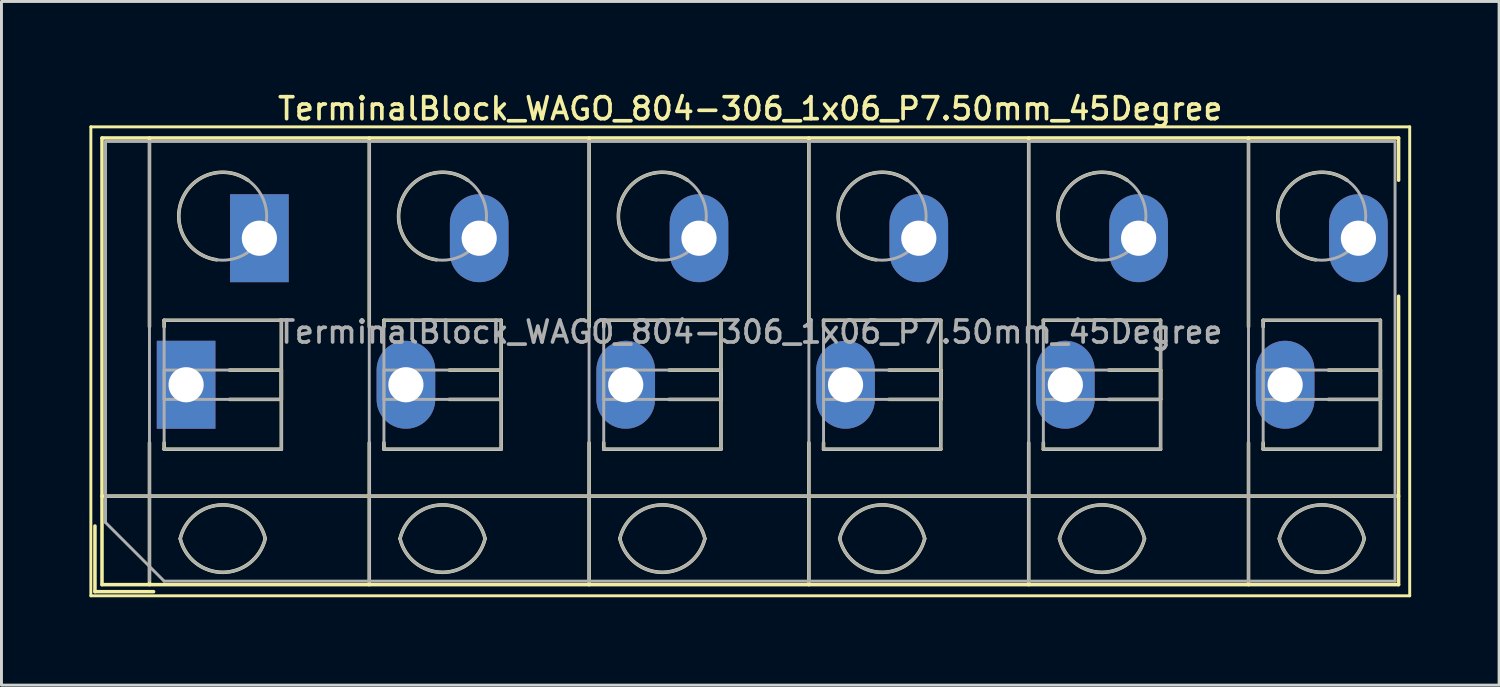
<source format=kicad_pcb>
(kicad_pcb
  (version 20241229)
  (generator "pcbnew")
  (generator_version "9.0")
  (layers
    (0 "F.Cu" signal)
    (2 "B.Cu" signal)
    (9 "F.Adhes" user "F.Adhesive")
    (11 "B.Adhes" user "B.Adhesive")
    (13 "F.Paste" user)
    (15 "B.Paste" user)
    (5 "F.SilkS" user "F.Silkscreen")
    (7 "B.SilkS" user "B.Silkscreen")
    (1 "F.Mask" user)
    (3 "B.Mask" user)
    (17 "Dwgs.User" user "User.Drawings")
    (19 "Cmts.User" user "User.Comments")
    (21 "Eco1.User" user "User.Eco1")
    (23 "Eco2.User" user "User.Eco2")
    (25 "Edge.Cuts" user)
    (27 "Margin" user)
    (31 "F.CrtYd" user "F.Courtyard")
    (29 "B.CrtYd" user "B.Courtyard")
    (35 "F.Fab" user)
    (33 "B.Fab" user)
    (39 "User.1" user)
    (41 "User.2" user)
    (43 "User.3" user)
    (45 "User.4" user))
  (footprint "TerminalBlock_WAGO_804-306_1x06_P7.50mm_45Degree"
    (layer "F.Cu")
    (at 3.3 10.078)
    (property "Reference" "TerminalBlock_WAGO_804-306_1x06_P7.50mm_45Degree" (at 19.25 -9.42 0) (layer "F.SilkS") (effects (font (size 0.75 0.75) (thickness 0.125))))
    (attr through_hole)
    (fp_line (start -3.25 -8.8) (end -3.25 7.2) (stroke (width 0.1) (type solid)) (layer "F.SilkS"))
    (fp_line (start -3.25 7.2) (end 41.75 7.2) (stroke (width 0.1) (type solid)) (layer "F.SilkS"))
    (fp_line (start -3.11 4.82) (end -3.11 7.06) (stroke (width 0.12) (type solid)) (layer "F.SilkS"))
    (fp_line (start -3.11 7.06) (end -1.11 7.06) (stroke (width 0.12) (type solid)) (layer "F.SilkS"))
    (fp_line (start -2.87 -8.42) (end -2.87 6.82) (stroke (width 0.12) (type solid)) (layer "F.SilkS"))
    (fp_line (start -2.87 -8.42) (end 41.371 -8.42) (stroke (width 0.12) (type solid)) (layer "F.SilkS"))
    (fp_line (start -2.87 3.8) (end 41.371 3.8) (stroke (width 0.12) (type solid)) (layer "F.SilkS"))
    (fp_line (start -2.87 6.82) (end 41.371 6.82) (stroke (width 0.12) (type solid)) (layer "F.SilkS"))
    (fp_line (start -1.25 -8.42) (end -1.25 -1.98) (stroke (width 0.12) (type solid)) (layer "F.SilkS"))
    (fp_line (start -1.25 1.98) (end -1.25 6.82) (stroke (width 0.12) (type solid)) (layer "F.SilkS"))
    (fp_line (start -0.75 -2.2) (end -0.75 -1.98) (stroke (width 0.12) (type solid)) (layer "F.SilkS"))
    (fp_line (start -0.75 -2.2) (end 3.25 -2.2) (stroke (width 0.12) (type solid)) (layer "F.SilkS"))
    (fp_line (start -0.75 1.98) (end -0.75 2.2) (stroke (width 0.12) (type solid)) (layer "F.SilkS"))
    (fp_line (start -0.75 2.2) (end 3.25 2.2) (stroke (width 0.12) (type solid)) (layer "F.SilkS"))
    (fp_line (start 1.48 -0.5) (end 3.25 -0.5) (stroke (width 0.12) (type solid)) (layer "F.SilkS"))
    (fp_line (start 1.48 0.5) (end 3.25 0.5) (stroke (width 0.12) (type solid)) (layer "F.SilkS"))
    (fp_line (start 3.25 -2.2) (end 3.25 2.2) (stroke (width 0.12) (type solid)) (layer "F.SilkS"))
    (fp_line (start 3.25 -0.5) (end 3.25 0.5) (stroke (width 0.12) (type solid)) (layer "F.SilkS"))
    (fp_line (start 6.25 -8.42) (end 6.25 -1.98) (stroke (width 0.12) (type solid)) (layer "F.SilkS"))
    (fp_line (start 6.25 1.98) (end 6.25 6.82) (stroke (width 0.12) (type solid)) (layer "F.SilkS"))
    (fp_line (start 6.75 -2.2) (end 6.75 -1.98) (stroke (width 0.12) (type solid)) (layer "F.SilkS"))
    (fp_line (start 6.75 -2.2) (end 10.75 -2.2) (stroke (width 0.12) (type solid)) (layer "F.SilkS"))
    (fp_line (start 6.75 1.98) (end 6.75 2.2) (stroke (width 0.12) (type solid)) (layer "F.SilkS"))
    (fp_line (start 6.75 2.2) (end 10.75 2.2) (stroke (width 0.12) (type solid)) (layer "F.SilkS"))
    (fp_line (start 8.98 -0.5) (end 10.75 -0.5) (stroke (width 0.12) (type solid)) (layer "F.SilkS"))
    (fp_line (start 8.98 0.5) (end 10.75 0.5) (stroke (width 0.12) (type solid)) (layer "F.SilkS"))
    (fp_line (start 10.75 -2.2) (end 10.75 2.2) (stroke (width 0.12) (type solid)) (layer "F.SilkS"))
    (fp_line (start 10.75 -0.5) (end 10.75 0.5) (stroke (width 0.12) (type solid)) (layer "F.SilkS"))
    (fp_line (start 13.75 -8.42) (end 13.75 -1.98) (stroke (width 0.12) (type solid)) (layer "F.SilkS"))
    (fp_line (start 13.75 1.98) (end 13.75 6.82) (stroke (width 0.12) (type solid)) (layer "F.SilkS"))
    (fp_line (start 14.25 -2.2) (end 14.25 -1.98) (stroke (width 0.12) (type solid)) (layer "F.SilkS"))
    (fp_line (start 14.25 -2.2) (end 18.25 -2.2) (stroke (width 0.12) (type solid)) (layer "F.SilkS"))
    (fp_line (start 14.25 1.98) (end 14.25 2.2) (stroke (width 0.12) (type solid)) (layer "F.SilkS"))
    (fp_line (start 14.25 2.2) (end 18.25 2.2) (stroke (width 0.12) (type solid)) (layer "F.SilkS"))
    (fp_line (start 16.48 -0.5) (end 18.25 -0.5) (stroke (width 0.12) (type solid)) (layer "F.SilkS"))
    (fp_line (start 16.48 0.5) (end 18.25 0.5) (stroke (width 0.12) (type solid)) (layer "F.SilkS"))
    (fp_line (start 18.25 -2.2) (end 18.25 2.2) (stroke (width 0.12) (type solid)) (layer "F.SilkS"))
    (fp_line (start 18.25 -0.5) (end 18.25 0.5) (stroke (width 0.12) (type solid)) (layer "F.SilkS"))
    (fp_line (start 21.25 -8.42) (end 21.25 -1.98) (stroke (width 0.12) (type solid)) (layer "F.SilkS"))
    (fp_line (start 21.25 1.98) (end 21.25 6.82) (stroke (width 0.12) (type solid)) (layer "F.SilkS"))
    (fp_line (start 21.75 -2.2) (end 21.75 -1.98) (stroke (width 0.12) (type solid)) (layer "F.SilkS"))
    (fp_line (start 21.75 -2.2) (end 25.75 -2.2) (stroke (width 0.12) (type solid)) (layer "F.SilkS"))
    (fp_line (start 21.75 1.98) (end 21.75 2.2) (stroke (width 0.12) (type solid)) (layer "F.SilkS"))
    (fp_line (start 21.75 2.2) (end 25.75 2.2) (stroke (width 0.12) (type solid)) (layer "F.SilkS"))
    (fp_line (start 23.98 -0.5) (end 25.75 -0.5) (stroke (width 0.12) (type solid)) (layer "F.SilkS"))
    (fp_line (start 23.98 0.5) (end 25.75 0.5) (stroke (width 0.12) (type solid)) (layer "F.SilkS"))
    (fp_line (start 25.75 -2.2) (end 25.75 2.2) (stroke (width 0.12) (type solid)) (layer "F.SilkS"))
    (fp_line (start 25.75 -0.5) (end 25.75 0.5) (stroke (width 0.12) (type solid)) (layer "F.SilkS"))
    (fp_line (start 28.75 -8.42) (end 28.75 -1.98) (stroke (width 0.12) (type solid)) (layer "F.SilkS"))
    (fp_line (start 28.75 1.98) (end 28.75 6.82) (stroke (width 0.12) (type solid)) (layer "F.SilkS"))
    (fp_line (start 29.25 -2.2) (end 29.25 -1.98) (stroke (width 0.12) (type solid)) (layer "F.SilkS"))
    (fp_line (start 29.25 -2.2) (end 33.25 -2.2) (stroke (width 0.12) (type solid)) (layer "F.SilkS"))
    (fp_line (start 29.25 1.98) (end 29.25 2.2) (stroke (width 0.12) (type solid)) (layer "F.SilkS"))
    (fp_line (start 29.25 2.2) (end 33.25 2.2) (stroke (width 0.12) (type solid)) (layer "F.SilkS"))
    (fp_line (start 31.48 -0.5) (end 33.25 -0.5) (stroke (width 0.12) (type solid)) (layer "F.SilkS"))
    (fp_line (start 31.48 0.5) (end 33.25 0.5) (stroke (width 0.12) (type solid)) (layer "F.SilkS"))
    (fp_line (start 33.25 -2.2) (end 33.25 2.2) (stroke (width 0.12) (type solid)) (layer "F.SilkS"))
    (fp_line (start 33.25 -0.5) (end 33.25 0.5) (stroke (width 0.12) (type solid)) (layer "F.SilkS"))
    (fp_line (start 36.25 -8.42) (end 36.25 -1.98) (stroke (width 0.12) (type solid)) (layer "F.SilkS"))
    (fp_line (start 36.25 1.98) (end 36.25 6.82) (stroke (width 0.12) (type solid)) (layer "F.SilkS"))
    (fp_line (start 36.75 -2.2) (end 36.75 -1.98) (stroke (width 0.12) (type solid)) (layer "F.SilkS"))
    (fp_line (start 36.75 -2.2) (end 40.75 -2.2) (stroke (width 0.12) (type solid)) (layer "F.SilkS"))
    (fp_line (start 36.75 1.98) (end 36.75 2.2) (stroke (width 0.12) (type solid)) (layer "F.SilkS"))
    (fp_line (start 36.75 2.2) (end 40.75 2.2) (stroke (width 0.12) (type solid)) (layer "F.SilkS"))
    (fp_line (start 38.98 -0.5) (end 40.75 -0.5) (stroke (width 0.12) (type solid)) (layer "F.SilkS"))
    (fp_line (start 38.98 0.5) (end 40.75 0.5) (stroke (width 0.12) (type solid)) (layer "F.SilkS"))
    (fp_line (start 40.75 -2.2) (end 40.75 2.2) (stroke (width 0.12) (type solid)) (layer "F.SilkS"))
    (fp_line (start 40.75 -0.5) (end 40.75 0.5) (stroke (width 0.12) (type solid)) (layer "F.SilkS"))
    (fp_line (start 41.371 -8.42) (end 41.371 -6.98) (stroke (width 0.12) (type solid)) (layer "F.SilkS"))
    (fp_line (start 41.371 -3.02) (end 41.371 6.82) (stroke (width 0.12) (type solid)) (layer "F.SilkS"))
    (fp_line (start 41.75 -8.8) (end -3.25 -8.8) (stroke (width 0.1) (type solid)) (layer "F.SilkS"))
    (fp_line (start 41.75 7.2) (end 41.75 -8.8) (stroke (width 0.1) (type solid)) (layer "F.SilkS"))
    (fp_arc (start -0.200865 5.250424) (mid 1.250296 4.099926) (end 2.701 5.251) (stroke (width 0.12) (type solid)) (layer "F.SilkS"))
    (fp_arc (start 1.040798 -4.264067) (mid -0.146039 -6.300306) (end 2.111 -6.979) (stroke (width 0.12) (type solid)) (layer "F.SilkS"))
    (fp_arc (start 2.7 5.25) (mid 1.250068 6.400101) (end -0.199969 5.250133) (stroke (width 0.12) (type solid)) (layer "F.SilkS"))
    (fp_arc (start 7.299135 5.250424) (mid 8.750296 4.099926) (end 10.201 5.251) (stroke (width 0.12) (type solid)) (layer "F.SilkS"))
    (fp_arc (start 8.540798 -4.264067) (mid 7.353961 -6.300306) (end 9.611 -6.979) (stroke (width 0.12) (type solid)) (layer "F.SilkS"))
    (fp_arc (start 10.2 5.25) (mid 8.750068 6.400101) (end 7.300031 5.250133) (stroke (width 0.12) (type solid)) (layer "F.SilkS"))
    (fp_arc (start 14.799135 5.250424) (mid 16.250296 4.099926) (end 17.701 5.251) (stroke (width 0.12) (type solid)) (layer "F.SilkS"))
    (fp_arc (start 16.040798 -4.264067) (mid 14.853961 -6.300306) (end 17.111 -6.979) (stroke (width 0.12) (type solid)) (layer "F.SilkS"))
    (fp_arc (start 17.7 5.25) (mid 16.250068 6.400101) (end 14.800031 5.250133) (stroke (width 0.12) (type solid)) (layer "F.SilkS"))
    (fp_arc (start 22.299135 5.250424) (mid 23.750296 4.099926) (end 25.201 5.251) (stroke (width 0.12) (type solid)) (layer "F.SilkS"))
    (fp_arc (start 23.540798 -4.264067) (mid 22.353961 -6.300306) (end 24.611 -6.979) (stroke (width 0.12) (type solid)) (layer "F.SilkS"))
    (fp_arc (start 25.2 5.25) (mid 23.750068 6.400101) (end 22.300031 5.250133) (stroke (width 0.12) (type solid)) (layer "F.SilkS"))
    (fp_arc (start 29.799135 5.250424) (mid 31.250296 4.099926) (end 32.701 5.251) (stroke (width 0.12) (type solid)) (layer "F.SilkS"))
    (fp_arc (start 31.040798 -4.264067) (mid 29.853961 -6.300306) (end 32.111 -6.979) (stroke (width 0.12) (type solid)) (layer "F.SilkS"))
    (fp_arc (start 32.701 5.25) (mid 31.250296 6.401074) (end 29.799135 5.250576) (stroke (width 0.12) (type solid)) (layer "F.SilkS"))
    (fp_arc (start 37.299135 5.250424) (mid 38.750296 4.099926) (end 40.201 5.251) (stroke (width 0.12) (type solid)) (layer "F.SilkS"))
    (fp_arc (start 38.540798 -4.264067) (mid 37.353961 -6.300306) (end 39.611 -6.979) (stroke (width 0.12) (type solid)) (layer "F.SilkS"))
    (fp_arc (start 40.2 5.25) (mid 38.750068 6.400101) (end 37.300031 5.250133) (stroke (width 0.12) (type solid)) (layer "F.SilkS"))
    (fp_line (start -2.75 -8.3) (end 41.25 -8.3) (stroke (width 0.1) (type solid)) (layer "F.Fab"))
    (fp_line (start -2.75 3.8) (end 41.25 3.8) (stroke (width 0.1) (type solid)) (layer "F.Fab"))
    (fp_line (start -2.75 4.7) (end -2.75 -8.3) (stroke (width 0.1) (type solid)) (layer "F.Fab"))
    (fp_line (start -1.25 -8.3) (end -1.25 6.7) (stroke (width 0.1) (type solid)) (layer "F.Fab"))
    (fp_line (start -0.75 -2.2) (end -0.75 2.2) (stroke (width 0.1) (type solid)) (layer "F.Fab"))
    (fp_line (start -0.75 -0.5) (end -0.75 0.5) (stroke (width 0.1) (type solid)) (layer "F.Fab"))
    (fp_line (start -0.75 0.5) (end 3.25 0.5) (stroke (width 0.1) (type solid)) (layer "F.Fab"))
    (fp_line (start -0.75 2.2) (end 3.25 2.2) (stroke (width 0.1) (type solid)) (layer "F.Fab"))
    (fp_line (start -0.75 6.7) (end -2.75 4.7) (stroke (width 0.1) (type solid)) (layer "F.Fab"))
    (fp_line (start 3.25 -2.2) (end -0.75 -2.2) (stroke (width 0.1) (type solid)) (layer "F.Fab"))
    (fp_line (start 3.25 -0.5) (end -0.75 -0.5) (stroke (width 0.1) (type solid)) (layer "F.Fab"))
    (fp_line (start 3.25 0.5) (end 3.25 -0.5) (stroke (width 0.1) (type solid)) (layer "F.Fab"))
    (fp_line (start 3.25 2.2) (end 3.25 -2.2) (stroke (width 0.1) (type solid)) (layer "F.Fab"))
    (fp_line (start 6.25 -8.3) (end 6.25 6.7) (stroke (width 0.1) (type solid)) (layer "F.Fab"))
    (fp_line (start 6.75 -2.2) (end 6.75 2.2) (stroke (width 0.1) (type solid)) (layer "F.Fab"))
    (fp_line (start 6.75 -0.5) (end 6.75 0.5) (stroke (width 0.1) (type solid)) (layer "F.Fab"))
    (fp_line (start 6.75 0.5) (end 10.75 0.5) (stroke (width 0.1) (type solid)) (layer "F.Fab"))
    (fp_line (start 6.75 2.2) (end 10.75 2.2) (stroke (width 0.1) (type solid)) (layer "F.Fab"))
    (fp_line (start 10.75 -2.2) (end 6.75 -2.2) (stroke (width 0.1) (type solid)) (layer "F.Fab"))
    (fp_line (start 10.75 -0.5) (end 6.75 -0.5) (stroke (width 0.1) (type solid)) (layer "F.Fab"))
    (fp_line (start 10.75 0.5) (end 10.75 -0.5) (stroke (width 0.1) (type solid)) (layer "F.Fab"))
    (fp_line (start 10.75 2.2) (end 10.75 -2.2) (stroke (width 0.1) (type solid)) (layer "F.Fab"))
    (fp_line (start 13.75 -8.3) (end 13.75 6.7) (stroke (width 0.1) (type solid)) (layer "F.Fab"))
    (fp_line (start 14.25 -2.2) (end 14.25 2.2) (stroke (width 0.1) (type solid)) (layer "F.Fab"))
    (fp_line (start 14.25 -0.5) (end 14.25 0.5) (stroke (width 0.1) (type solid)) (layer "F.Fab"))
    (fp_line (start 14.25 0.5) (end 18.25 0.5) (stroke (width 0.1) (type solid)) (layer "F.Fab"))
    (fp_line (start 14.25 2.2) (end 18.25 2.2) (stroke (width 0.1) (type solid)) (layer "F.Fab"))
    (fp_line (start 18.25 -2.2) (end 14.25 -2.2) (stroke (width 0.1) (type solid)) (layer "F.Fab"))
    (fp_line (start 18.25 -0.5) (end 14.25 -0.5) (stroke (width 0.1) (type solid)) (layer "F.Fab"))
    (fp_line (start 18.25 0.5) (end 18.25 -0.5) (stroke (width 0.1) (type solid)) (layer "F.Fab"))
    (fp_line (start 18.25 2.2) (end 18.25 -2.2) (stroke (width 0.1) (type solid)) (layer "F.Fab"))
    (fp_line (start 21.25 -8.3) (end 21.25 6.7) (stroke (width 0.1) (type solid)) (layer "F.Fab"))
    (fp_line (start 21.75 -2.2) (end 21.75 2.2) (stroke (width 0.1) (type solid)) (layer "F.Fab"))
    (fp_line (start 21.75 -0.5) (end 21.75 0.5) (stroke (width 0.1) (type solid)) (layer "F.Fab"))
    (fp_line (start 21.75 0.5) (end 25.75 0.5) (stroke (width 0.1) (type solid)) (layer "F.Fab"))
    (fp_line (start 21.75 2.2) (end 25.75 2.2) (stroke (width 0.1) (type solid)) (layer "F.Fab"))
    (fp_line (start 25.75 -2.2) (end 21.75 -2.2) (stroke (width 0.1) (type solid)) (layer "F.Fab"))
    (fp_line (start 25.75 -0.5) (end 21.75 -0.5) (stroke (width 0.1) (type solid)) (layer "F.Fab"))
    (fp_line (start 25.75 0.5) (end 25.75 -0.5) (stroke (width 0.1) (type solid)) (layer "F.Fab"))
    (fp_line (start 25.75 2.2) (end 25.75 -2.2) (stroke (width 0.1) (type solid)) (layer "F.Fab"))
    (fp_line (start 28.75 -8.3) (end 28.75 6.7) (stroke (width 0.1) (type solid)) (layer "F.Fab"))
    (fp_line (start 29.25 -2.2) (end 29.25 2.2) (stroke (width 0.1) (type solid)) (layer "F.Fab"))
    (fp_line (start 29.25 -0.5) (end 29.25 0.5) (stroke (width 0.1) (type solid)) (layer "F.Fab"))
    (fp_line (start 29.25 0.5) (end 33.25 0.5) (stroke (width 0.1) (type solid)) (layer "F.Fab"))
    (fp_line (start 29.25 2.2) (end 33.25 2.2) (stroke (width 0.1) (type solid)) (layer "F.Fab"))
    (fp_line (start 33.25 -2.2) (end 29.25 -2.2) (stroke (width 0.1) (type solid)) (layer "F.Fab"))
    (fp_line (start 33.25 -0.5) (end 29.25 -0.5) (stroke (width 0.1) (type solid)) (layer "F.Fab"))
    (fp_line (start 33.25 0.5) (end 33.25 -0.5) (stroke (width 0.1) (type solid)) (layer "F.Fab"))
    (fp_line (start 33.25 2.2) (end 33.25 -2.2) (stroke (width 0.1) (type solid)) (layer "F.Fab"))
    (fp_line (start 36.25 -8.3) (end 36.25 6.7) (stroke (width 0.1) (type solid)) (layer "F.Fab"))
    (fp_line (start 36.75 -2.2) (end 36.75 2.2) (stroke (width 0.1) (type solid)) (layer "F.Fab"))
    (fp_line (start 36.75 -0.5) (end 36.75 0.5) (stroke (width 0.1) (type solid)) (layer "F.Fab"))
    (fp_line (start 36.75 0.5) (end 40.75 0.5) (stroke (width 0.1) (type solid)) (layer "F.Fab"))
    (fp_line (start 36.75 2.2) (end 40.75 2.2) (stroke (width 0.1) (type solid)) (layer "F.Fab"))
    (fp_line (start 40.75 -2.2) (end 36.75 -2.2) (stroke (width 0.1) (type solid)) (layer "F.Fab"))
    (fp_line (start 40.75 -0.5) (end 36.75 -0.5) (stroke (width 0.1) (type solid)) (layer "F.Fab"))
    (fp_line (start 40.75 0.5) (end 40.75 -0.5) (stroke (width 0.1) (type solid)) (layer "F.Fab"))
    (fp_line (start 40.75 2.2) (end 40.75 -2.2) (stroke (width 0.1) (type solid)) (layer "F.Fab"))
    (fp_line (start 41.25 -8.3) (end 41.25 6.7) (stroke (width 0.1) (type solid)) (layer "F.Fab"))
    (fp_line (start 41.25 6.7) (end -0.75 6.7) (stroke (width 0.1) (type solid)) (layer "F.Fab"))
    (fp_arc (start -0.200865 5.250424) (mid 1.250296 4.099926) (end 2.701 5.251) (stroke (width 0.1) (type solid)) (layer "F.Fab"))
    (fp_arc (start 2.7 5.25) (mid 1.250068 6.400101) (end -0.199969 5.250133) (stroke (width 0.1) (type solid)) (layer "F.Fab"))
    (fp_arc (start 7.299135 5.250424) (mid 8.750296 4.099926) (end 10.201 5.251) (stroke (width 0.1) (type solid)) (layer "F.Fab"))
    (fp_arc (start 10.2 5.25) (mid 8.750068 6.400101) (end 7.300031 5.250133) (stroke (width 0.1) (type solid)) (layer "F.Fab"))
    (fp_arc (start 14.799135 5.250424) (mid 16.250296 4.099926) (end 17.701 5.251) (stroke (width 0.1) (type solid)) (layer "F.Fab"))
    (fp_arc (start 17.7 5.25) (mid 16.250068 6.400101) (end 14.800031 5.250133) (stroke (width 0.1) (type solid)) (layer "F.Fab"))
    (fp_arc (start 22.299135 5.250424) (mid 23.750296 4.099926) (end 25.201 5.251) (stroke (width 0.1) (type solid)) (layer "F.Fab"))
    (fp_arc (start 25.2 5.25) (mid 23.750068 6.400101) (end 22.300031 5.250133) (stroke (width 0.1) (type solid)) (layer "F.Fab"))
    (fp_arc (start 29.799135 5.250424) (mid 31.250296 4.099926) (end 32.701 5.251) (stroke (width 0.1) (type solid)) (layer "F.Fab"))
    (fp_arc (start 32.701 5.25) (mid 31.250296 6.401074) (end 29.799135 5.250576) (stroke (width 0.1) (type solid)) (layer "F.Fab"))
    (fp_arc (start 37.299135 5.250424) (mid 38.750296 4.099926) (end 40.201 5.251) (stroke (width 0.1) (type solid)) (layer "F.Fab"))
    (fp_arc (start 40.2 5.25) (mid 38.750068 6.400101) (end 37.300031 5.250133) (stroke (width 0.1) (type solid)) (layer "F.Fab"))
    (fp_circle (center 1.25 -5.75) (end 2.75 -5.75) (stroke (width 0.1) (type solid)) (fill no) (layer "F.Fab"))
    (fp_circle (center 8.75 -5.75) (end 10.25 -5.75) (stroke (width 0.1) (type solid)) (fill no) (layer "F.Fab"))
    (fp_circle (center 16.25 -5.75) (end 17.75 -5.75) (stroke (width 0.1) (type solid)) (fill no) (layer "F.Fab"))
    (fp_circle (center 23.75 -5.75) (end 25.25 -5.75) (stroke (width 0.1) (type solid)) (fill no) (layer "F.Fab"))
    (fp_circle (center 31.25 -5.75) (end 32.75 -5.75) (stroke (width 0.1) (type solid)) (fill no) (layer "F.Fab"))
    (fp_circle (center 38.75 -5.75) (end 40.25 -5.75) (stroke (width 0.1) (type solid)) (fill no) (layer "F.Fab"))
    (fp_text user "${REFERENCE}" (at 19.25 -1.8 0) (layer "F.Fab") (effects (font (size 0.75 0.75) (thickness 0.125))))
    (pad "1" thru_hole rect (at 0 0) (size 2 3) (drill 1.2) (layers "*.Cu" "*.Mask"))
    (pad "1" thru_hole rect (at 2.5 -5) (size 2 3) (drill 1.2) (layers "*.Cu" "*.Mask"))
    (pad "2" thru_hole oval (at 7.5 0) (size 2 3) (drill 1.2) (layers "*.Cu" "*.Mask"))
    (pad "2" thru_hole oval (at 10 -5) (size 2 3) (drill 1.2) (layers "*.Cu" "*.Mask"))
    (pad "3" thru_hole oval (at 15 0) (size 2 3) (drill 1.2) (layers "*.Cu" "*.Mask"))
    (pad "3" thru_hole oval (at 17.5 -5) (size 2 3) (drill 1.2) (layers "*.Cu" "*.Mask"))
    (pad "4" thru_hole oval (at 22.5 0) (size 2 3) (drill 1.2) (layers "*.Cu" "*.Mask"))
    (pad "4" thru_hole oval (at 25 -5) (size 2 3) (drill 1.2) (layers "*.Cu" "*.Mask"))
    (pad "5" thru_hole oval (at 30 0) (size 2 3) (drill 1.2) (layers "*.Cu" "*.Mask"))
    (pad "5" thru_hole oval (at 32.5 -5) (size 2 3) (drill 1.2) (layers "*.Cu" "*.Mask"))
    (pad "6" thru_hole oval (at 37.5 0) (size 2 3) (drill 1.2) (layers "*.Cu" "*.Mask"))
    (pad "6" thru_hole oval (at 40 -5) (size 2 3) (drill 1.2) (layers "*.Cu" "*.Mask")))
  (gr_rect
    (start -3 -3)
    (end 48.1 20.328)
    (stroke (width 0.1) (type default))
    (fill no)
    (layer "Edge.Cuts")))
</source>
